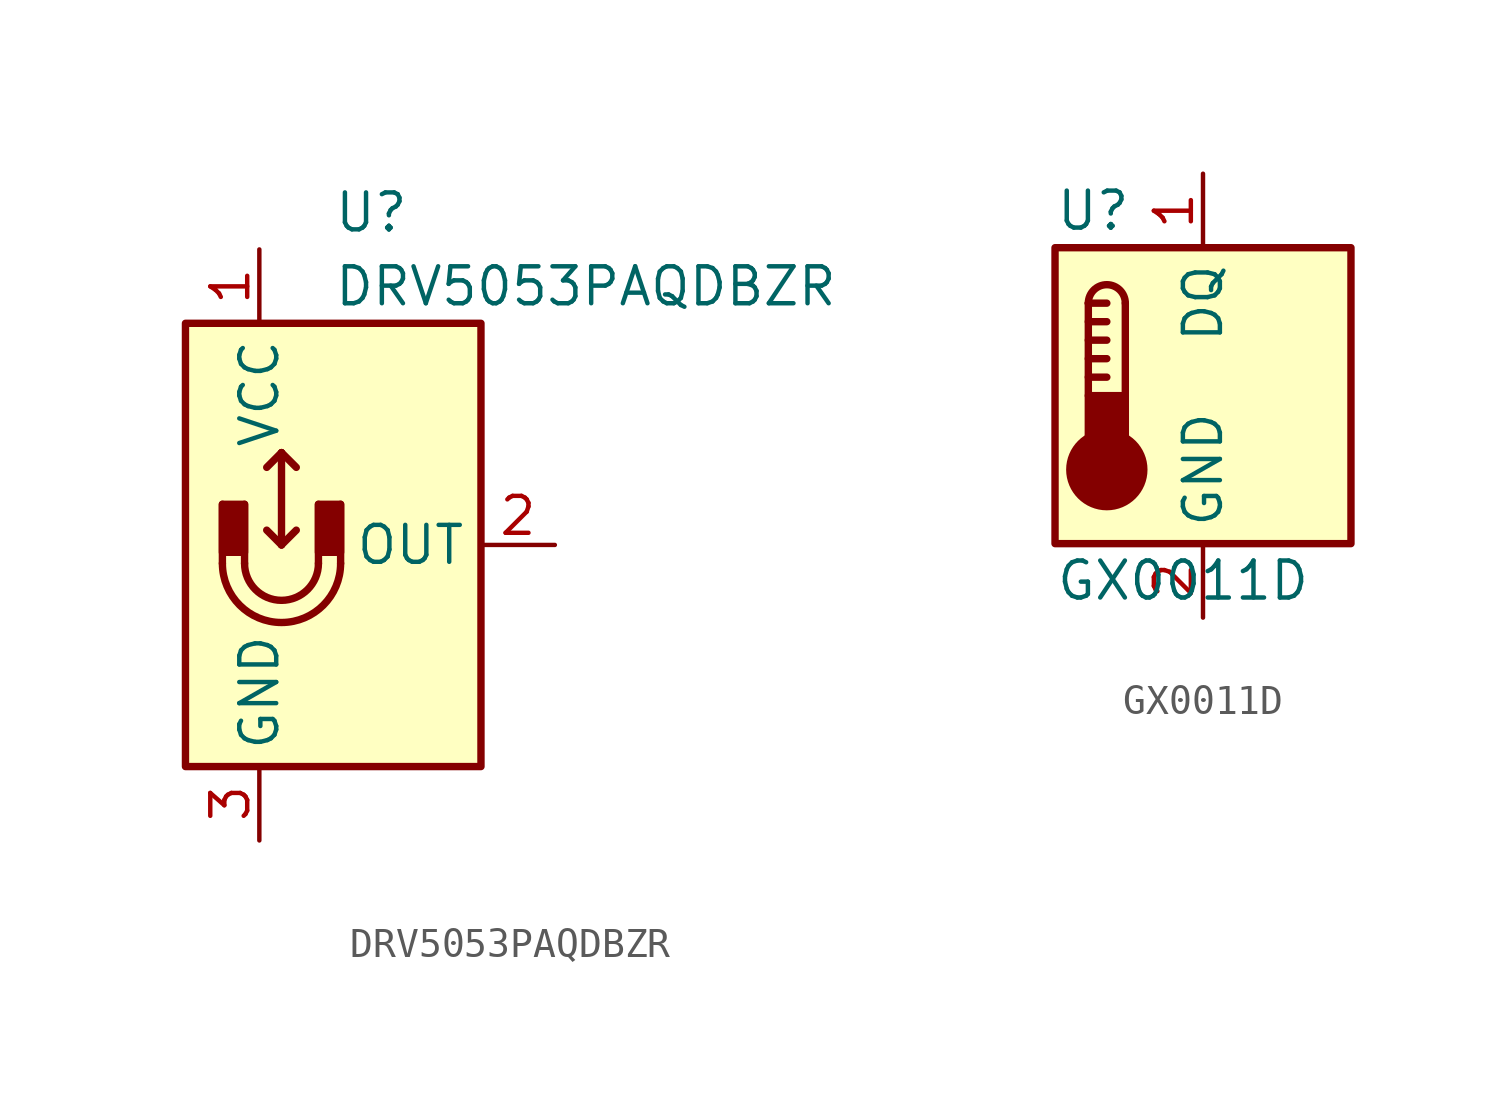
<source format=kicad_sym>
(kicad_symbol_lib
  (version 20220914)
  (generator kicad_symbol_editor)
  (symbol "DRV5053PAQDBZR"
    (property "Reference" "U"
      (at 5.08 3.81 0)
      (effects (font (size 1.27 1.27)) (justify left)))
    (property "Value" "DRV5053PAQDBZR"
      (at 5.08 1.27 0)
      (effects (font (size 1.27 1.27)) (justify left)))
    (symbol "DRV5053PAQDBZR_0_1"
      (polyline (pts (xy 1.27 -8.255) (xy 1.27 -6.223)) (stroke (width 0.254) (type default)) (fill (type none)))
      (polyline (pts (xy 2.032 -8.255) (xy 2.032 -6.223)) (stroke (width 0.254) (type default)) (fill (type none)))
      (polyline (pts (xy 3.302 -7.62) (xy 2.794 -7.112)) (stroke (width 0.254) (type default)) (fill (type none)))
      (polyline (pts (xy 3.302 -7.62) (xy 3.302 -4.445)) (stroke (width 0.254) (type default)) (fill (type none)))
      (polyline (pts (xy 3.302 -7.62) (xy 3.81 -7.112)) (stroke (width 0.254) (type default)) (fill (type none)))
      (polyline (pts (xy 3.302 -4.445) (xy 2.794 -4.953)) (stroke (width 0.254) (type default)) (fill (type none)))
      (polyline (pts (xy 3.302 -4.445) (xy 3.81 -4.953)) (stroke (width 0.254) (type default)) (fill (type none)))
      (polyline (pts (xy 4.572 -8.255) (xy 4.572 -6.223)) (stroke (width 0.254) (type default)) (fill (type none)))
      (polyline (pts (xy 5.334 -8.255) (xy 5.334 -6.223)) (stroke (width 0.254) (type default)) (fill (type none)))
      (arc (start 1.27 -8.255) (mid 3.302 -10.2782) (end 5.334 -8.255) (stroke (width 0.254) (type default)) (fill (type none)))
      (rectangle (start 1.27 -6.223) (end 2.032 -7.874) (stroke (width 0.254) (type default)) (fill (type outline)))
      (arc (start 2.032 -8.255) (mid 3.302 -9.5195) (end 4.572 -8.255) (stroke (width 0.254) (type default)) (fill (type none)))
      (rectangle (start 4.572 -6.223) (end 5.334 -7.874) (stroke (width 0.254) (type default)) (fill (type outline))))
    (symbol "DRV5053PAQDBZR_1_1"
      (rectangle (start 0 0) (end 10.16 -15.24) (stroke (width 0.254) (type default)) (fill (type background)))
      (pin power_in line (at 2.54 2.54 270) (length 2.54) (name "VCC" (effects (font (size 1.27 1.27)))) (number "1" (effects (font (size 1.27 1.27)))))
      (pin output line (at 12.7 -7.62 180) (length 2.54) (name "OUT" (effects (font (size 1.27 1.27)))) (number "2" (effects (font (size 1.27 1.27)))))
      (pin power_in line (at 2.54 -17.78 90) (length 2.54) (name "GND" (effects (font (size 1.27 1.27)))) (number "3" (effects (font (size 1.27 1.27)))))))
  (symbol "GX0011D"
    (property "Reference" "U"
      (at 0 1.27 0)
      (effects (font (size 1.27 1.27)) (justify left)))
    (property "Value" "GX0011D"
      (at 0 -11.43 0)
      (effects (font (size 1.27 1.27)) (justify left)))
    (symbol "GX0011D_0_1"
      (polyline (pts (xy 1.143 -4.445) (xy 1.778 -4.445)) (stroke (width 0.254) (type default)) (fill (type none)))
      (polyline (pts (xy 1.143 -3.81) (xy 1.778 -3.81)) (stroke (width 0.254) (type default)) (fill (type none)))
      (polyline (pts (xy 1.143 -3.175) (xy 1.778 -3.175)) (stroke (width 0.254) (type default)) (fill (type none)))
      (polyline (pts (xy 1.143 -2.54) (xy 1.778 -2.54)) (stroke (width 0.254) (type default)) (fill (type none)))
      (polyline (pts (xy 1.143 -1.905) (xy 1.143 -5.08)) (stroke (width 0.254) (type default)) (fill (type none)))
      (polyline (pts (xy 1.143 -1.905) (xy 1.778 -1.905)) (stroke (width 0.254) (type default)) (fill (type none)))
      (polyline (pts (xy 2.413 -1.905) (xy 2.413 -5.08)) (stroke (width 0.254) (type default)) (fill (type none)))
      (rectangle (start 0 0) (end 10.16 -10.16) (stroke (width 0.254) (type default)) (fill (type background)))
      (circle (center 1.778 -7.62) (radius 1.27) (stroke (width 0.254) (type default)) (fill (type outline)))
      (rectangle (start 2.413 -6.985) (end 1.143 -5.08) (stroke (width 0.254) (type default)) (fill (type outline)))
      (arc (start 2.413 -1.905) (mid 1.778 -1.2727) (end 1.143 -1.905) (stroke (width 0.254) (type default)) (fill (type none))))
    (symbol "GX0011D_1_1"
      (pin bidirectional line (at 5.08 2.54 270) (length 2.54) (name "DQ" (effects (font (size 1.27 1.27)))) (number "1" (effects (font (size 1.27 1.27)))))
      (pin power_in line (at 5.08 -12.7 90) (length 2.54) (name "GND" (effects (font (size 1.27 1.27)))) (number "2" (effects (font (size 1.27 1.27))))))))
</source>
